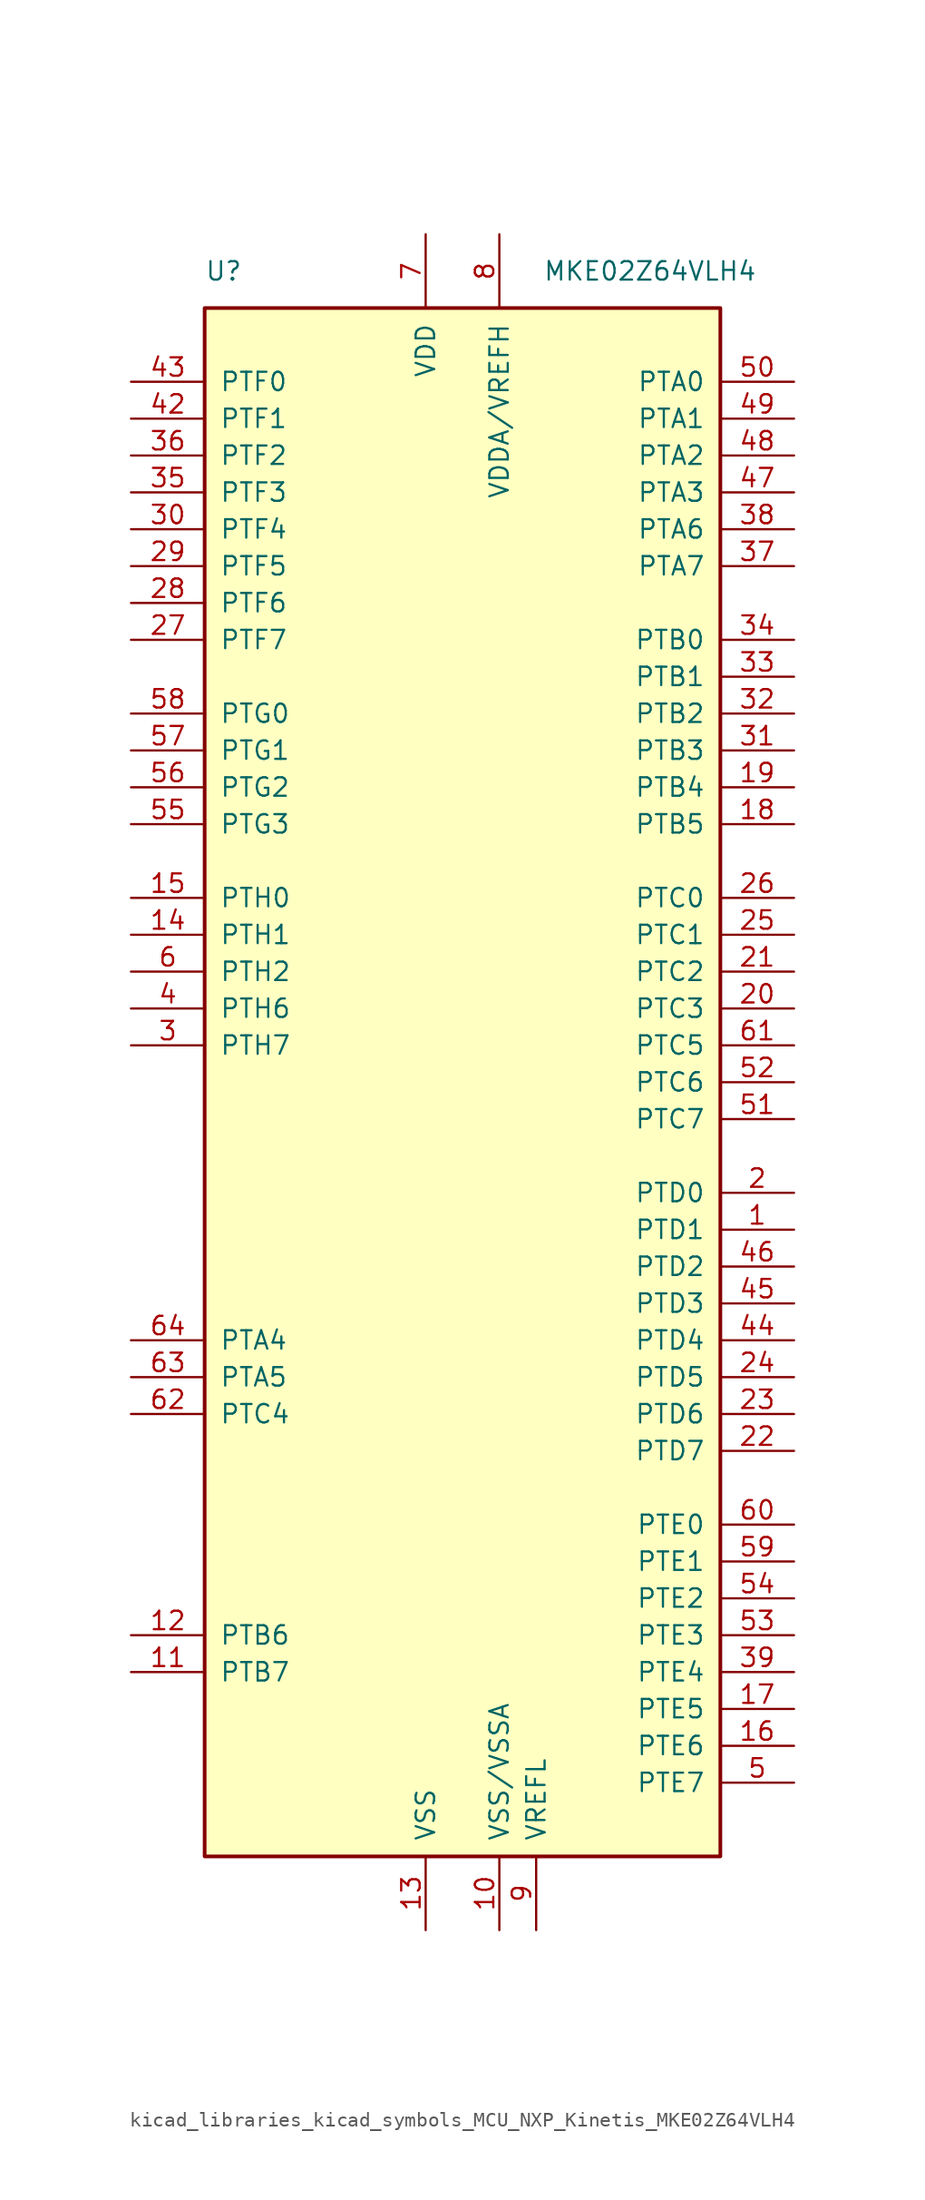
<source format=kicad_sym>
(kicad_symbol_lib
  (version 20220914)
  (generator kicad_symbol_editor)
  (symbol "kicad_libraries_kicad_symbols_MCU_NXP_Kinetis_MKE02Z64VLH4"
    (pin_names
      (offset 1.016))
    (property "Reference" "U"
      (at -17.78 55.88 0)
      (effects (font (size 1.27 1.27)) (justify left)))
    (property "Value" "MKE02Z64VLH4"
      (at 20.32 55.88 0)
      (effects (font (size 1.27 1.27)) (justify right)))
    (symbol "kicad_libraries_kicad_symbols_MCU_NXP_Kinetis_MKE02Z64VLH4_0_1"
      (rectangle (start -17.78 53.34) (end 17.78 -53.34) (stroke (width 0.254) (type default)) (fill (type background))))
    (symbol "kicad_libraries_kicad_symbols_MCU_NXP_Kinetis_MKE02Z64VLH4_1_1"
      (pin bidirectional line (at 22.86 -10.16 180) (length 5.08) (name "PTD1" (effects (font (size 1.27 1.27)))) (number "1" (effects (font (size 1.27 1.27)))))
      (pin power_in line (at 2.54 -58.42 90) (length 5.08) (name "VSS/VSSA" (effects (font (size 1.27 1.27)))) (number "10" (effects (font (size 1.27 1.27)))))
      (pin bidirectional line (at -22.86 -40.64 0) (length 5.08) (name "PTB7" (effects (font (size 1.27 1.27)))) (number "11" (effects (font (size 1.27 1.27)))))
      (pin bidirectional line (at -22.86 -38.1 0) (length 5.08) (name "PTB6" (effects (font (size 1.27 1.27)))) (number "12" (effects (font (size 1.27 1.27)))))
      (pin power_in line (at -2.54 -58.42 90) (length 5.08) (name "VSS" (effects (font (size 1.27 1.27)))) (number "13" (effects (font (size 1.27 1.27)))))
      (pin bidirectional line (at -22.86 10.16 0) (length 5.08) (name "PTH1" (effects (font (size 1.27 1.27)))) (number "14" (effects (font (size 1.27 1.27)))))
      (pin bidirectional line (at -22.86 12.7 0) (length 5.08) (name "PTH0" (effects (font (size 1.27 1.27)))) (number "15" (effects (font (size 1.27 1.27)))))
      (pin bidirectional line (at 22.86 -45.72 180) (length 5.08) (name "PTE6" (effects (font (size 1.27 1.27)))) (number "16" (effects (font (size 1.27 1.27)))))
      (pin bidirectional line (at 22.86 -43.18 180) (length 5.08) (name "PTE5" (effects (font (size 1.27 1.27)))) (number "17" (effects (font (size 1.27 1.27)))))
      (pin bidirectional line (at 22.86 17.78 180) (length 5.08) (name "PTB5" (effects (font (size 1.27 1.27)))) (number "18" (effects (font (size 1.27 1.27)))))
      (pin bidirectional line (at 22.86 20.32 180) (length 5.08) (name "PTB4" (effects (font (size 1.27 1.27)))) (number "19" (effects (font (size 1.27 1.27)))))
      (pin bidirectional line (at 22.86 -7.62 180) (length 5.08) (name "PTD0" (effects (font (size 1.27 1.27)))) (number "2" (effects (font (size 1.27 1.27)))))
      (pin bidirectional line (at 22.86 5.08 180) (length 5.08) (name "PTC3" (effects (font (size 1.27 1.27)))) (number "20" (effects (font (size 1.27 1.27)))))
      (pin bidirectional line (at 22.86 7.62 180) (length 5.08) (name "PTC2" (effects (font (size 1.27 1.27)))) (number "21" (effects (font (size 1.27 1.27)))))
      (pin bidirectional line (at 22.86 -25.4 180) (length 5.08) (name "PTD7" (effects (font (size 1.27 1.27)))) (number "22" (effects (font (size 1.27 1.27)))))
      (pin bidirectional line (at 22.86 -22.86 180) (length 5.08) (name "PTD6" (effects (font (size 1.27 1.27)))) (number "23" (effects (font (size 1.27 1.27)))))
      (pin bidirectional line (at 22.86 -20.32 180) (length 5.08) (name "PTD5" (effects (font (size 1.27 1.27)))) (number "24" (effects (font (size 1.27 1.27)))))
      (pin bidirectional line (at 22.86 10.16 180) (length 5.08) (name "PTC1" (effects (font (size 1.27 1.27)))) (number "25" (effects (font (size 1.27 1.27)))))
      (pin bidirectional line (at 22.86 12.7 180) (length 5.08) (name "PTC0" (effects (font (size 1.27 1.27)))) (number "26" (effects (font (size 1.27 1.27)))))
      (pin bidirectional line (at -22.86 30.48 0) (length 5.08) (name "PTF7" (effects (font (size 1.27 1.27)))) (number "27" (effects (font (size 1.27 1.27)))))
      (pin bidirectional line (at -22.86 33.02 0) (length 5.08) (name "PTF6" (effects (font (size 1.27 1.27)))) (number "28" (effects (font (size 1.27 1.27)))))
      (pin bidirectional line (at -22.86 35.56 0) (length 5.08) (name "PTF5" (effects (font (size 1.27 1.27)))) (number "29" (effects (font (size 1.27 1.27)))))
      (pin bidirectional line (at -22.86 2.54 0) (length 5.08) (name "PTH7" (effects (font (size 1.27 1.27)))) (number "3" (effects (font (size 1.27 1.27)))))
      (pin bidirectional line (at -22.86 38.1 0) (length 5.08) (name "PTF4" (effects (font (size 1.27 1.27)))) (number "30" (effects (font (size 1.27 1.27)))))
      (pin bidirectional line (at 22.86 22.86 180) (length 5.08) (name "PTB3" (effects (font (size 1.27 1.27)))) (number "31" (effects (font (size 1.27 1.27)))))
      (pin bidirectional line (at 22.86 25.4 180) (length 5.08) (name "PTB2" (effects (font (size 1.27 1.27)))) (number "32" (effects (font (size 1.27 1.27)))))
      (pin bidirectional line (at 22.86 27.94 180) (length 5.08) (name "PTB1" (effects (font (size 1.27 1.27)))) (number "33" (effects (font (size 1.27 1.27)))))
      (pin bidirectional line (at 22.86 30.48 180) (length 5.08) (name "PTB0" (effects (font (size 1.27 1.27)))) (number "34" (effects (font (size 1.27 1.27)))))
      (pin bidirectional line (at -22.86 40.64 0) (length 5.08) (name "PTF3" (effects (font (size 1.27 1.27)))) (number "35" (effects (font (size 1.27 1.27)))))
      (pin bidirectional line (at -22.86 43.18 0) (length 5.08) (name "PTF2" (effects (font (size 1.27 1.27)))) (number "36" (effects (font (size 1.27 1.27)))))
      (pin bidirectional line (at 22.86 35.56 180) (length 5.08) (name "PTA7" (effects (font (size 1.27 1.27)))) (number "37" (effects (font (size 1.27 1.27)))))
      (pin bidirectional line (at 22.86 38.1 180) (length 5.08) (name "PTA6" (effects (font (size 1.27 1.27)))) (number "38" (effects (font (size 1.27 1.27)))))
      (pin bidirectional line (at 22.86 -40.64 180) (length 5.08) (name "PTE4" (effects (font (size 1.27 1.27)))) (number "39" (effects (font (size 1.27 1.27)))))
      (pin bidirectional line (at -22.86 5.08 0) (length 5.08) (name "PTH6" (effects (font (size 1.27 1.27)))) (number "4" (effects (font (size 1.27 1.27)))))
      (pin passive line (at -2.54 -58.42 90) (length 5.08) hide (name "VSS" (effects (font (size 1.27 1.27)))) (number "40" (effects (font (size 1.27 1.27)))))
      (pin passive line (at -2.54 58.42 270) (length 5.08) hide (name "VDD" (effects (font (size 1.27 1.27)))) (number "41" (effects (font (size 1.27 1.27)))))
      (pin bidirectional line (at -22.86 45.72 0) (length 5.08) (name "PTF1" (effects (font (size 1.27 1.27)))) (number "42" (effects (font (size 1.27 1.27)))))
      (pin bidirectional line (at -22.86 48.26 0) (length 5.08) (name "PTF0" (effects (font (size 1.27 1.27)))) (number "43" (effects (font (size 1.27 1.27)))))
      (pin bidirectional line (at 22.86 -17.78 180) (length 5.08) (name "PTD4" (effects (font (size 1.27 1.27)))) (number "44" (effects (font (size 1.27 1.27)))))
      (pin bidirectional line (at 22.86 -15.24 180) (length 5.08) (name "PTD3" (effects (font (size 1.27 1.27)))) (number "45" (effects (font (size 1.27 1.27)))))
      (pin bidirectional line (at 22.86 -12.7 180) (length 5.08) (name "PTD2" (effects (font (size 1.27 1.27)))) (number "46" (effects (font (size 1.27 1.27)))))
      (pin bidirectional line (at 22.86 40.64 180) (length 5.08) (name "PTA3" (effects (font (size 1.27 1.27)))) (number "47" (effects (font (size 1.27 1.27)))))
      (pin bidirectional line (at 22.86 43.18 180) (length 5.08) (name "PTA2" (effects (font (size 1.27 1.27)))) (number "48" (effects (font (size 1.27 1.27)))))
      (pin bidirectional line (at 22.86 45.72 180) (length 5.08) (name "PTA1" (effects (font (size 1.27 1.27)))) (number "49" (effects (font (size 1.27 1.27)))))
      (pin bidirectional line (at 22.86 -48.26 180) (length 5.08) (name "PTE7" (effects (font (size 1.27 1.27)))) (number "5" (effects (font (size 1.27 1.27)))))
      (pin bidirectional line (at 22.86 48.26 180) (length 5.08) (name "PTA0" (effects (font (size 1.27 1.27)))) (number "50" (effects (font (size 1.27 1.27)))))
      (pin bidirectional line (at 22.86 -2.54 180) (length 5.08) (name "PTC7" (effects (font (size 1.27 1.27)))) (number "51" (effects (font (size 1.27 1.27)))))
      (pin bidirectional line (at 22.86 0 180) (length 5.08) (name "PTC6" (effects (font (size 1.27 1.27)))) (number "52" (effects (font (size 1.27 1.27)))))
      (pin bidirectional line (at 22.86 -38.1 180) (length 5.08) (name "PTE3" (effects (font (size 1.27 1.27)))) (number "53" (effects (font (size 1.27 1.27)))))
      (pin bidirectional line (at 22.86 -35.56 180) (length 5.08) (name "PTE2" (effects (font (size 1.27 1.27)))) (number "54" (effects (font (size 1.27 1.27)))))
      (pin bidirectional line (at -22.86 17.78 0) (length 5.08) (name "PTG3" (effects (font (size 1.27 1.27)))) (number "55" (effects (font (size 1.27 1.27)))))
      (pin bidirectional line (at -22.86 20.32 0) (length 5.08) (name "PTG2" (effects (font (size 1.27 1.27)))) (number "56" (effects (font (size 1.27 1.27)))))
      (pin bidirectional line (at -22.86 22.86 0) (length 5.08) (name "PTG1" (effects (font (size 1.27 1.27)))) (number "57" (effects (font (size 1.27 1.27)))))
      (pin bidirectional line (at -22.86 25.4 0) (length 5.08) (name "PTG0" (effects (font (size 1.27 1.27)))) (number "58" (effects (font (size 1.27 1.27)))))
      (pin bidirectional line (at 22.86 -33.02 180) (length 5.08) (name "PTE1" (effects (font (size 1.27 1.27)))) (number "59" (effects (font (size 1.27 1.27)))))
      (pin bidirectional line (at -22.86 7.62 0) (length 5.08) (name "PTH2" (effects (font (size 1.27 1.27)))) (number "6" (effects (font (size 1.27 1.27)))))
      (pin bidirectional line (at 22.86 -30.48 180) (length 5.08) (name "PTE0" (effects (font (size 1.27 1.27)))) (number "60" (effects (font (size 1.27 1.27)))))
      (pin bidirectional line (at 22.86 2.54 180) (length 5.08) (name "PTC5" (effects (font (size 1.27 1.27)))) (number "61" (effects (font (size 1.27 1.27)))))
      (pin bidirectional line (at -22.86 -22.86 0) (length 5.08) (name "PTC4" (effects (font (size 1.27 1.27)))) (number "62" (effects (font (size 1.27 1.27)))))
      (pin bidirectional line (at -22.86 -20.32 0) (length 5.08) (name "PTA5" (effects (font (size 1.27 1.27)))) (number "63" (effects (font (size 1.27 1.27)))))
      (pin bidirectional line (at -22.86 -17.78 0) (length 5.08) (name "PTA4" (effects (font (size 1.27 1.27)))) (number "64" (effects (font (size 1.27 1.27)))))
      (pin power_in line (at -2.54 58.42 270) (length 5.08) (name "VDD" (effects (font (size 1.27 1.27)))) (number "7" (effects (font (size 1.27 1.27)))))
      (pin power_in line (at 2.54 58.42 270) (length 5.08) (name "VDDA/VREFH" (effects (font (size 1.27 1.27)))) (number "8" (effects (font (size 1.27 1.27)))))
      (pin power_in line (at 5.08 -58.42 90) (length 5.08) (name "VREFL" (effects (font (size 1.27 1.27)))) (number "9" (effects (font (size 1.27 1.27))))))))
</source>
